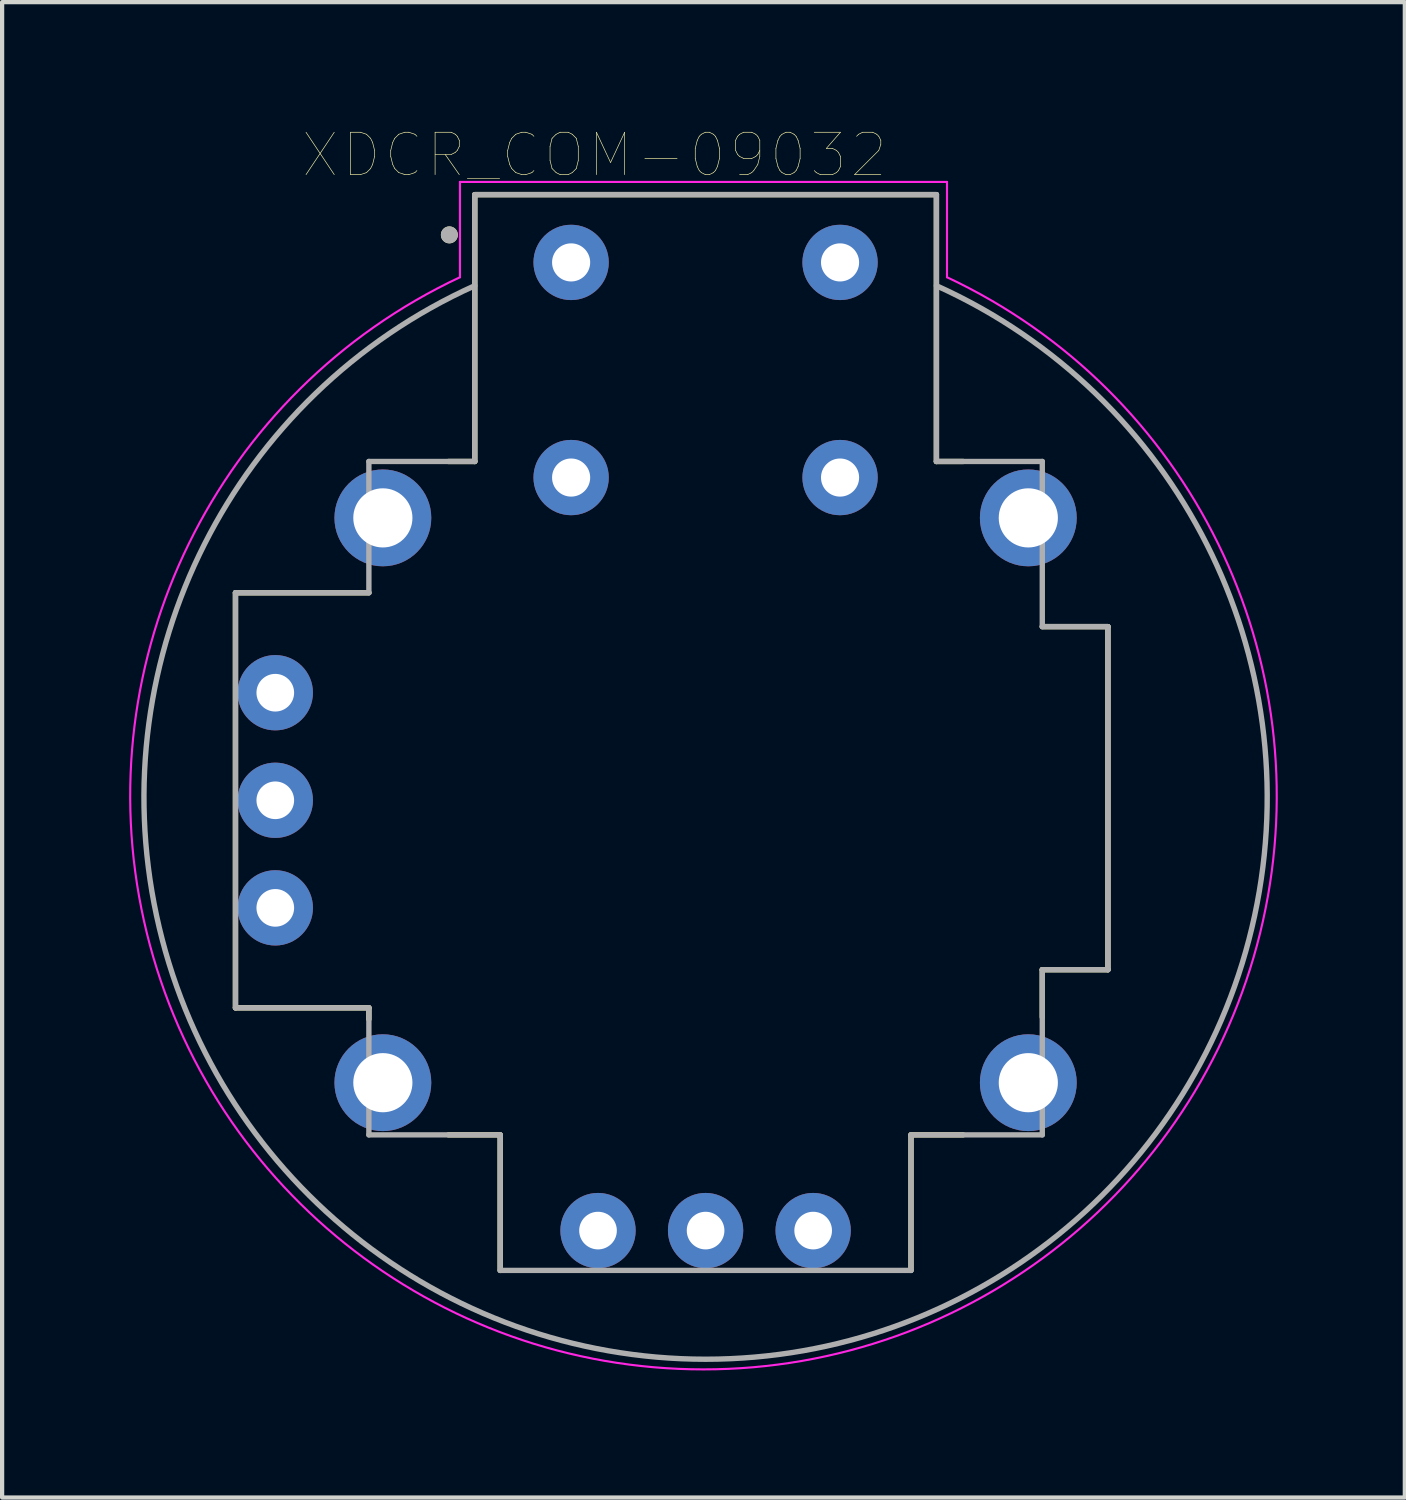
<source format=kicad_pcb>
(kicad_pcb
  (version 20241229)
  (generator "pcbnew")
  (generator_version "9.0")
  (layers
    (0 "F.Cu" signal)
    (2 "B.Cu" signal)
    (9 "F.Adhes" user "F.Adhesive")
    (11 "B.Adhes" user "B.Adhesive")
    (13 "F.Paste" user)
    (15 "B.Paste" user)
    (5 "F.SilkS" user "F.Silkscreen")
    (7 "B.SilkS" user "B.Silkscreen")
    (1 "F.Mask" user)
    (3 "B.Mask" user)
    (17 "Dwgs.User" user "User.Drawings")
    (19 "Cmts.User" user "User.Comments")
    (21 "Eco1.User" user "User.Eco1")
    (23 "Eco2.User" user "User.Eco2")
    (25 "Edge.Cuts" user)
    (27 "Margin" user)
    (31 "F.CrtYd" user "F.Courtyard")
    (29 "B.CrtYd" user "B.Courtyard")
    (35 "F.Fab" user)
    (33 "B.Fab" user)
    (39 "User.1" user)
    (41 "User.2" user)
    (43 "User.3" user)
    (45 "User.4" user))
  (footprint "XDCR_COM-09032"
    (layer "F.Cu")
    (at 13.61 15.846)
    (property "Reference" "XDCR_COM-09032" (at -2.625 -15.235 0) (layer "F.SilkS") (effects (font (size 1 1) (thickness 0.015))))
    (attr through_hole)
    (fp_line (start -11.1 -4.9) (end -7.95 -4.9) (stroke (width 0.127) (type solid)) (layer "F.SilkS"))
    (fp_line (start -11.1 4.9) (end -11.1 -4.9) (stroke (width 0.127) (type solid)) (layer "F.SilkS"))
    (fp_line (start -7.95 4.9) (end -11.1 4.9) (stroke (width 0.127) (type solid)) (layer "F.SilkS"))
    (fp_line (start -7.95 5.17) (end -7.95 4.9) (stroke (width 0.127) (type solid)) (layer "F.SilkS"))
    (fp_line (start -6.07 -8) (end -5.45 -8) (stroke (width 0.127) (type solid)) (layer "F.SilkS"))
    (fp_line (start -5.45 -14.3) (end 5.45 -14.3) (stroke (width 0.127) (type solid)) (layer "F.SilkS"))
    (fp_line (start -5.45 -8) (end -5.45 -14.3) (stroke (width 0.127) (type solid)) (layer "F.SilkS"))
    (fp_line (start -4.85 7.9) (end -6.07 7.9) (stroke (width 0.127) (type solid)) (layer "F.SilkS"))
    (fp_line (start -4.85 11.1) (end -4.85 7.9) (stroke (width 0.127) (type solid)) (layer "F.SilkS"))
    (fp_line (start 4.85 7.9) (end 4.85 11.1) (stroke (width 0.127) (type solid)) (layer "F.SilkS"))
    (fp_line (start 5.45 -14.3) (end 5.45 -8) (stroke (width 0.127) (type solid)) (layer "F.SilkS"))
    (fp_line (start 5.45 -8) (end 6.08 -8) (stroke (width 0.127) (type solid)) (layer "F.SilkS"))
    (fp_line (start 6.08 7.9) (end 4.85 7.9) (stroke (width 0.127) (type solid)) (layer "F.SilkS"))
    (fp_line (start 7.95 -4.1) (end 9.5 -4.1) (stroke (width 0.127) (type solid)) (layer "F.SilkS"))
    (fp_line (start 7.95 4) (end 7.95 5.12) (stroke (width 0.127) (type solid)) (layer "F.SilkS"))
    (fp_line (start 9.5 -4.1) (end 9.5 4) (stroke (width 0.127) (type solid)) (layer "F.SilkS"))
    (fp_line (start 9.5 4) (end 7.95 4) (stroke (width 0.127) (type solid)) (layer "F.SilkS"))
    (fp_circle (center -6.05 -13.35) (end -5.95 -13.35) (stroke (width 0.2) (type solid)) (fill no) (layer "F.SilkS"))
    (fp_line (start -5.8 -14.6) (end 5.7 -14.6) (stroke (width 0.05) (type solid)) (layer "F.CrtYd"))
    (fp_line (start -5.8 -12.35) (end -5.8 -14.6) (stroke (width 0.05) (type solid)) (layer "F.CrtYd"))
    (fp_line (start 5.7 -14.6) (end 5.7 -12.35) (stroke (width 0.05) (type solid)) (layer "F.CrtYd"))
    (fp_arc (start 5.7 -12.35) (mid -0.05 13.437438) (end -5.8 -12.35) (stroke (width 0.05) (type solid)) (layer "F.CrtYd"))
    (fp_line (start -11.1 -4.9) (end -11.1 4.9) (stroke (width 0.127) (type solid)) (layer "F.Fab"))
    (fp_line (start -7.95 -4.9) (end -11.1 -4.9) (stroke (width 0.127) (type solid)) (layer "F.Fab"))
    (fp_line (start -7.95 -4.9) (end -7.95 -8) (stroke (width 0.127) (type solid)) (layer "F.Fab"))
    (fp_line (start -7.95 4.9) (end -11.1 4.9) (stroke (width 0.127) (type solid)) (layer "F.Fab"))
    (fp_line (start -7.95 4.9) (end -7.95 7.9) (stroke (width 0.127) (type solid)) (layer "F.Fab"))
    (fp_line (start -5.45 -14.3) (end -5.45 -8) (stroke (width 0.127) (type solid)) (layer "F.Fab"))
    (fp_line (start -5.45 -8) (end -7.95 -8) (stroke (width 0.127) (type solid)) (layer "F.Fab"))
    (fp_line (start -4.85 7.9) (end -7.95 7.9) (stroke (width 0.127) (type solid)) (layer "F.Fab"))
    (fp_line (start -4.85 11.1) (end -4.85 7.9) (stroke (width 0.127) (type solid)) (layer "F.Fab"))
    (fp_line (start 4.85 7.9) (end 7.95 7.9) (stroke (width 0.127) (type solid)) (layer "F.Fab"))
    (fp_line (start 4.85 11.1) (end -4.85 11.1) (stroke (width 0.127) (type solid)) (layer "F.Fab"))
    (fp_line (start 4.85 11.1) (end 4.85 7.9) (stroke (width 0.127) (type solid)) (layer "F.Fab"))
    (fp_line (start 5.45 -14.3) (end -5.45 -14.3) (stroke (width 0.127) (type solid)) (layer "F.Fab"))
    (fp_line (start 5.45 -14.3) (end 5.45 -8) (stroke (width 0.127) (type solid)) (layer "F.Fab"))
    (fp_line (start 7.95 -8) (end 5.45 -8) (stroke (width 0.127) (type solid)) (layer "F.Fab"))
    (fp_line (start 7.95 -4.1) (end 7.95 -8) (stroke (width 0.127) (type solid)) (layer "F.Fab"))
    (fp_line (start 7.95 -4.1) (end 9.5 -4.1) (stroke (width 0.127) (type solid)) (layer "F.Fab"))
    (fp_line (start 7.95 4) (end 7.95 7.9) (stroke (width 0.127) (type solid)) (layer "F.Fab"))
    (fp_line (start 7.95 4) (end 9.5 4) (stroke (width 0.127) (type solid)) (layer "F.Fab"))
    (fp_line (start 9.5 -4.1) (end 9.5 4) (stroke (width 0.127) (type solid)) (layer "F.Fab"))
    (fp_arc (start 5.45 -12.15) (mid 0 13.197504) (end -5.45 -12.15) (stroke (width 0.127) (type solid)) (layer "F.Fab"))
    (fp_circle (center -6.05 -13.35) (end -5.95 -13.35) (stroke (width 0.2) (type solid)) (fill no) (layer "F.Fab"))
    (pad "B1A" thru_hole circle (at -3.175 -12.7) (size 1.778 1.778) (drill 0.9) (layers "*.Cu" "*.Mask"))
    (pad "B1B" thru_hole circle (at 3.175 -12.7) (size 1.778 1.778) (drill 0.9) (layers "*.Cu" "*.Mask"))
    (pad "B2A" thru_hole circle (at -3.175 -7.62) (size 1.778 1.778) (drill 0.9) (layers "*.Cu" "*.Mask"))
    (pad "B2B" thru_hole circle (at 3.175 -7.62) (size 1.778 1.778) (drill 0.9) (layers "*.Cu" "*.Mask"))
    (pad "H1" thru_hole circle (at -2.54 10.16) (size 1.778 1.778) (drill 0.889) (layers "*.Cu" "*.Mask"))
    (pad "H2" thru_hole circle (at 0 10.16) (size 1.778 1.778) (drill 0.889) (layers "*.Cu" "*.Mask"))
    (pad "H3" thru_hole circle (at 2.54 10.16) (size 1.778 1.778) (drill 0.889) (layers "*.Cu" "*.Mask"))
    (pad "S1" thru_hole circle (at -7.62 -6.668) (size 2.286 2.286) (drill 1.397) (layers "*.Cu" "*.Mask"))
    (pad "S2" thru_hole circle (at -7.62 6.668) (size 2.286 2.286) (drill 1.397) (layers "*.Cu" "*.Mask"))
    (pad "S3" thru_hole circle (at 7.62 6.668) (size 2.286 2.286) (drill 1.397) (layers "*.Cu" "*.Mask"))
    (pad "S4" thru_hole circle (at 7.62 -6.668) (size 2.286 2.286) (drill 1.397) (layers "*.Cu" "*.Mask"))
    (pad "V1" thru_hole circle (at -10.16 -2.54) (size 1.778 1.778) (drill 0.889) (layers "*.Cu" "*.Mask"))
    (pad "V2" thru_hole circle (at -10.16 0) (size 1.778 1.778) (drill 0.889) (layers "*.Cu" "*.Mask"))
    (pad "V3" thru_hole circle (at -10.16 2.54) (size 1.778 1.778) (drill 0.889) (layers "*.Cu" "*.Mask")))
  (gr_rect
    (start -3 -3)
    (end 30.12 32.309)
    (stroke (width 0.1) (type default))
    (fill no)
    (layer "Edge.Cuts")))
</source>
